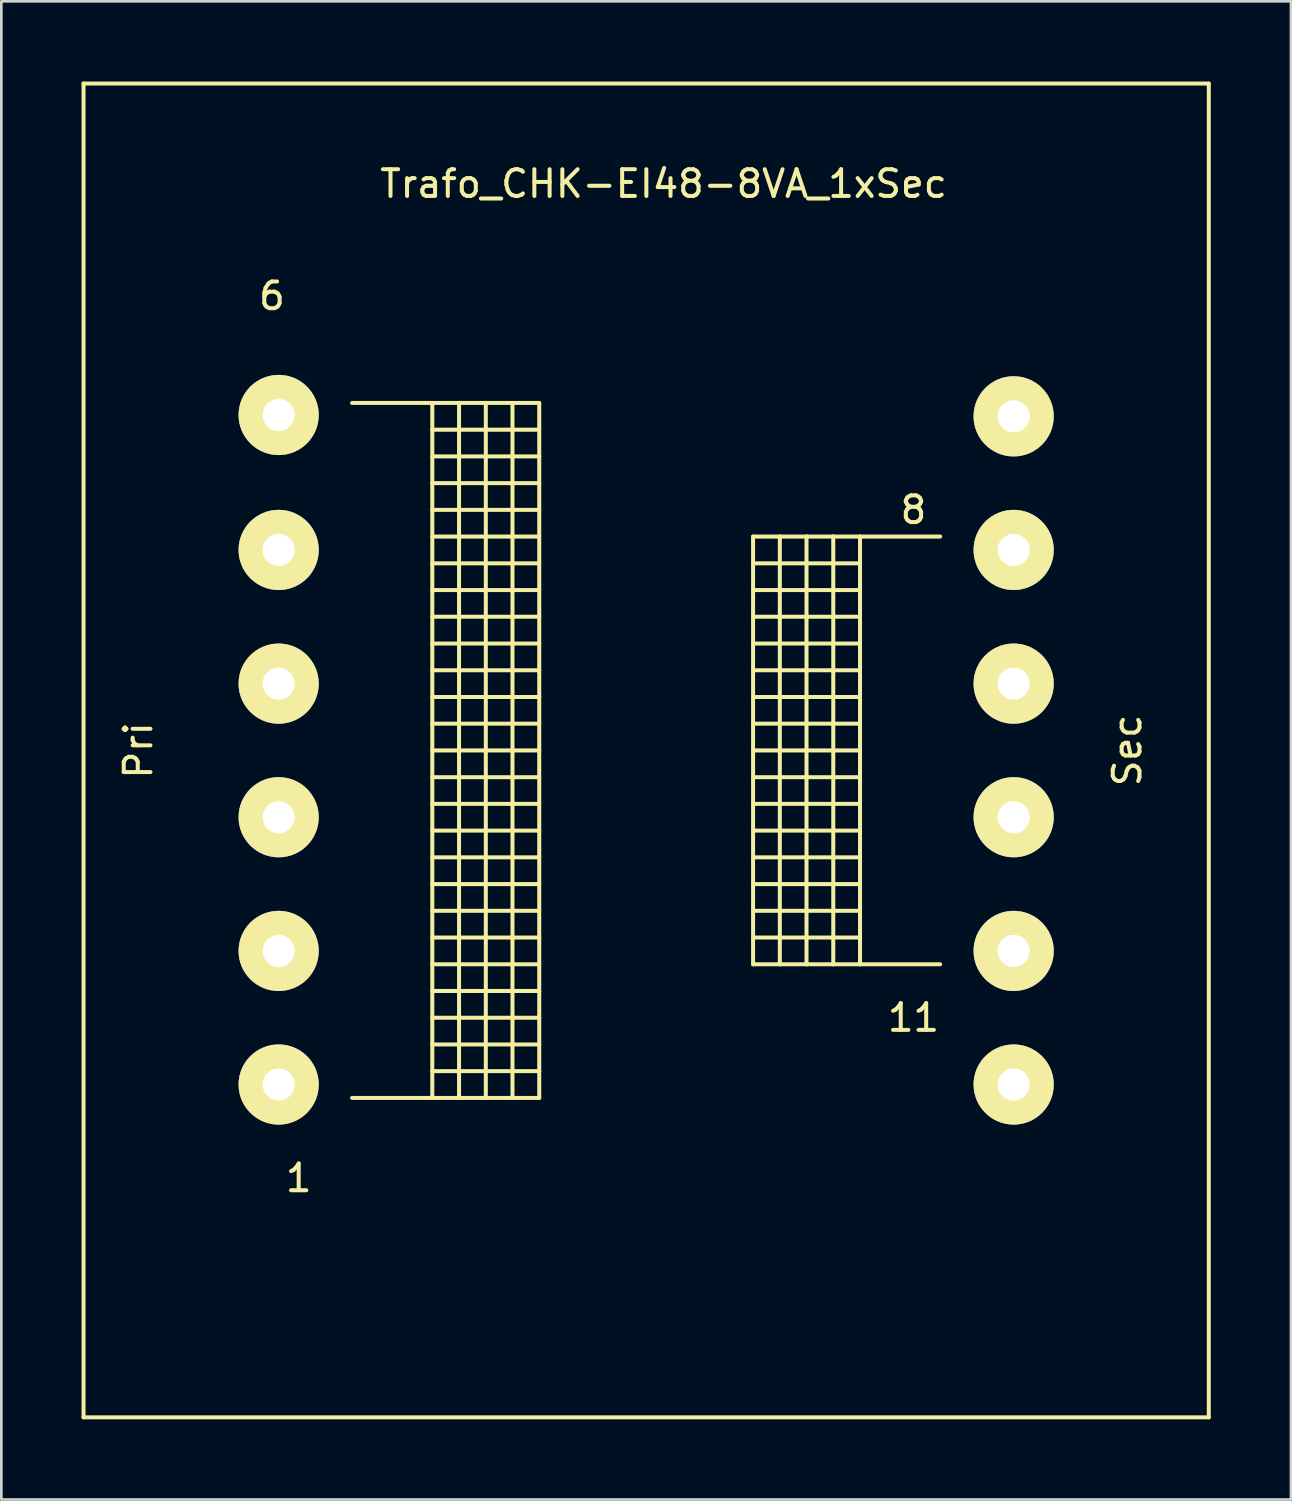
<source format=kicad_pcb>
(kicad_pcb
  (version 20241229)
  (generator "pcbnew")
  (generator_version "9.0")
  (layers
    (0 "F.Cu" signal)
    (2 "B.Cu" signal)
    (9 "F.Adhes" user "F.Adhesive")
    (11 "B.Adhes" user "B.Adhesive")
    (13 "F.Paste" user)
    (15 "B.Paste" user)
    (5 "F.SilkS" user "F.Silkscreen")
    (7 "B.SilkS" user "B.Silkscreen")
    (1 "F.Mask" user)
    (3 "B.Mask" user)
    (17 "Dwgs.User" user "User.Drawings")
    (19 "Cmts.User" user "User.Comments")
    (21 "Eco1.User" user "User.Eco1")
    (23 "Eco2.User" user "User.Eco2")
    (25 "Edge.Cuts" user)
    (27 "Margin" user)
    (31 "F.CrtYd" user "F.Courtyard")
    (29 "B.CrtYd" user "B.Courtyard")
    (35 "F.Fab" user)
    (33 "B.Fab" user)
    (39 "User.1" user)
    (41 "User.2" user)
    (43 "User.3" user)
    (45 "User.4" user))
  (footprint "Trafo_CHK-EI48-8VA_1xSec"
    (layer "F.Cu")
    (at 21.124 25.025)
    (property "Reference" "Trafo_CHK-EI48-8VA_1xSec" (at 0.65 -21.199 0) (layer "F.SilkS") (effects (font (size 1 1) (thickness 0.15))))
    (attr through_hole)
    (fp_line (start -21.049 -24.95) (end 21.049 -24.95) (stroke (width 0.15) (type solid)) (layer "F.SilkS"))
    (fp_line (start -21.049 24.95) (end -21.049 -24.95) (stroke (width 0.15) (type solid)) (layer "F.SilkS"))
    (fp_line (start -11.001 -13) (end -8.001 -13) (stroke (width 0.15) (type solid)) (layer "F.SilkS"))
    (fp_line (start -8.001 -13) (end -8.001 13) (stroke (width 0.15) (type solid)) (layer "F.SilkS"))
    (fp_line (start -8.001 -13) (end -7 -13) (stroke (width 0.15) (type solid)) (layer "F.SilkS"))
    (fp_line (start -8.001 -11.999) (end -4 -11.999) (stroke (width 0.15) (type solid)) (layer "F.SilkS"))
    (fp_line (start -8.001 -11.001) (end -4 -11.001) (stroke (width 0.15) (type solid)) (layer "F.SilkS"))
    (fp_line (start -8.001 -10) (end -4 -10) (stroke (width 0.15) (type solid)) (layer "F.SilkS"))
    (fp_line (start -8.001 -8.999) (end -4 -8.999) (stroke (width 0.15) (type solid)) (layer "F.SilkS"))
    (fp_line (start -8.001 -8.001) (end -4 -8.001) (stroke (width 0.15) (type solid)) (layer "F.SilkS"))
    (fp_line (start -8.001 -7) (end -4 -7) (stroke (width 0.15) (type solid)) (layer "F.SilkS"))
    (fp_line (start -8.001 -5.999) (end -4 -5.999) (stroke (width 0.15) (type solid)) (layer "F.SilkS"))
    (fp_line (start -8.001 -5.001) (end -4 -5.001) (stroke (width 0.15) (type solid)) (layer "F.SilkS"))
    (fp_line (start -8.001 -4) (end -4 -4) (stroke (width 0.15) (type solid)) (layer "F.SilkS"))
    (fp_line (start -8.001 -3) (end -4 -3) (stroke (width 0.15) (type solid)) (layer "F.SilkS"))
    (fp_line (start -8.001 -1.999) (end -4 -1.999) (stroke (width 0.15) (type solid)) (layer "F.SilkS"))
    (fp_line (start -8.001 -1.001) (end -4 -1.001) (stroke (width 0.15) (type solid)) (layer "F.SilkS"))
    (fp_line (start -8.001 0) (end -4 0) (stroke (width 0.15) (type solid)) (layer "F.SilkS"))
    (fp_line (start -8.001 1.001) (end -4 1.001) (stroke (width 0.15) (type solid)) (layer "F.SilkS"))
    (fp_line (start -8.001 1.999) (end -4 1.999) (stroke (width 0.15) (type solid)) (layer "F.SilkS"))
    (fp_line (start -8.001 3) (end -4 3) (stroke (width 0.15) (type solid)) (layer "F.SilkS"))
    (fp_line (start -8.001 4) (end -4 4) (stroke (width 0.15) (type solid)) (layer "F.SilkS"))
    (fp_line (start -8.001 5.001) (end -4 5.001) (stroke (width 0.15) (type solid)) (layer "F.SilkS"))
    (fp_line (start -8.001 5.999) (end -4 5.999) (stroke (width 0.15) (type solid)) (layer "F.SilkS"))
    (fp_line (start -8.001 7) (end -4 7) (stroke (width 0.15) (type solid)) (layer "F.SilkS"))
    (fp_line (start -8.001 8.001) (end -4 8.001) (stroke (width 0.15) (type solid)) (layer "F.SilkS"))
    (fp_line (start -8.001 8.999) (end -4 8.999) (stroke (width 0.15) (type solid)) (layer "F.SilkS"))
    (fp_line (start -8.001 10) (end -4 10) (stroke (width 0.15) (type solid)) (layer "F.SilkS"))
    (fp_line (start -8.001 11.001) (end -4 11.001) (stroke (width 0.15) (type solid)) (layer "F.SilkS"))
    (fp_line (start -8.001 11.999) (end -4 11.999) (stroke (width 0.15) (type solid)) (layer "F.SilkS"))
    (fp_line (start -8.001 13) (end -11.001 13) (stroke (width 0.15) (type solid)) (layer "F.SilkS"))
    (fp_line (start -7 -13) (end -7 13) (stroke (width 0.15) (type solid)) (layer "F.SilkS"))
    (fp_line (start -7 -13) (end -5.999 -13) (stroke (width 0.15) (type solid)) (layer "F.SilkS"))
    (fp_line (start -7 13) (end -8.001 13) (stroke (width 0.15) (type solid)) (layer "F.SilkS"))
    (fp_line (start -5.999 -13) (end -5.999 13) (stroke (width 0.15) (type solid)) (layer "F.SilkS"))
    (fp_line (start -5.999 -13) (end -5.001 -13) (stroke (width 0.15) (type solid)) (layer "F.SilkS"))
    (fp_line (start -5.999 13) (end -7 13) (stroke (width 0.15) (type solid)) (layer "F.SilkS"))
    (fp_line (start -5.001 -13) (end -5.001 13) (stroke (width 0.15) (type solid)) (layer "F.SilkS"))
    (fp_line (start -5.001 -13) (end -4 -13) (stroke (width 0.15) (type solid)) (layer "F.SilkS"))
    (fp_line (start -5.001 13) (end -5.999 13) (stroke (width 0.15) (type solid)) (layer "F.SilkS"))
    (fp_line (start -4 -13) (end -4 13) (stroke (width 0.15) (type solid)) (layer "F.SilkS"))
    (fp_line (start -4 13) (end -5.001 13) (stroke (width 0.15) (type solid)) (layer "F.SilkS"))
    (fp_line (start 4 -8.001) (end 4 8.001) (stroke (width 0.15) (type solid)) (layer "F.SilkS"))
    (fp_line (start 4 -7) (end 8.001 -7) (stroke (width 0.15) (type solid)) (layer "F.SilkS"))
    (fp_line (start 4 -5.999) (end 8.001 -5.999) (stroke (width 0.15) (type solid)) (layer "F.SilkS"))
    (fp_line (start 4 -5.001) (end 8.001 -5.001) (stroke (width 0.15) (type solid)) (layer "F.SilkS"))
    (fp_line (start 4 -4) (end 8.001 -4) (stroke (width 0.15) (type solid)) (layer "F.SilkS"))
    (fp_line (start 4 -3) (end 8.001 -3) (stroke (width 0.15) (type solid)) (layer "F.SilkS"))
    (fp_line (start 4 -1.999) (end 8.001 -1.999) (stroke (width 0.15) (type solid)) (layer "F.SilkS"))
    (fp_line (start 4 -1.001) (end 8.001 -1.001) (stroke (width 0.15) (type solid)) (layer "F.SilkS"))
    (fp_line (start 4 0) (end 8.001 0) (stroke (width 0.15) (type solid)) (layer "F.SilkS"))
    (fp_line (start 4 1.001) (end 8.001 1.001) (stroke (width 0.15) (type solid)) (layer "F.SilkS"))
    (fp_line (start 4 1.999) (end 8.001 1.999) (stroke (width 0.15) (type solid)) (layer "F.SilkS"))
    (fp_line (start 4 3) (end 8.001 3) (stroke (width 0.15) (type solid)) (layer "F.SilkS"))
    (fp_line (start 4 4) (end 8.001 4) (stroke (width 0.15) (type solid)) (layer "F.SilkS"))
    (fp_line (start 4 5.001) (end 8.001 5.001) (stroke (width 0.15) (type solid)) (layer "F.SilkS"))
    (fp_line (start 4 5.999) (end 8.001 5.999) (stroke (width 0.15) (type solid)) (layer "F.SilkS"))
    (fp_line (start 4 7) (end 8.001 7) (stroke (width 0.15) (type solid)) (layer "F.SilkS"))
    (fp_line (start 4 8.001) (end 5.001 8.001) (stroke (width 0.15) (type solid)) (layer "F.SilkS"))
    (fp_line (start 5.001 -8.001) (end 4 -8.001) (stroke (width 0.15) (type solid)) (layer "F.SilkS"))
    (fp_line (start 5.001 -8.001) (end 5.001 8.001) (stroke (width 0.15) (type solid)) (layer "F.SilkS"))
    (fp_line (start 5.001 8.001) (end 5.999 8.001) (stroke (width 0.15) (type solid)) (layer "F.SilkS"))
    (fp_line (start 5.999 -8.001) (end 5.001 -8.001) (stroke (width 0.15) (type solid)) (layer "F.SilkS"))
    (fp_line (start 5.999 -8.001) (end 5.999 8.001) (stroke (width 0.15) (type solid)) (layer "F.SilkS"))
    (fp_line (start 5.999 8.001) (end 7 8.001) (stroke (width 0.15) (type solid)) (layer "F.SilkS"))
    (fp_line (start 7 -8.001) (end 5.999 -8.001) (stroke (width 0.15) (type solid)) (layer "F.SilkS"))
    (fp_line (start 7 -8.001) (end 7 8.001) (stroke (width 0.15) (type solid)) (layer "F.SilkS"))
    (fp_line (start 7 8.001) (end 8.001 8.001) (stroke (width 0.15) (type solid)) (layer "F.SilkS"))
    (fp_line (start 8.001 -8.001) (end 7 -8.001) (stroke (width 0.15) (type solid)) (layer "F.SilkS"))
    (fp_line (start 8.001 -8.001) (end 8.001 8.001) (stroke (width 0.15) (type solid)) (layer "F.SilkS"))
    (fp_line (start 8.001 8.001) (end 11.001 8.001) (stroke (width 0.15) (type solid)) (layer "F.SilkS"))
    (fp_line (start 11.001 -8.001) (end 8.001 -8.001) (stroke (width 0.15) (type solid)) (layer "F.SilkS"))
    (fp_line (start 21.049 -24.95) (end 21.049 24.95) (stroke (width 0.15) (type solid)) (layer "F.SilkS"))
    (fp_line (start 21.049 24.95) (end -21.049 24.95) (stroke (width 0.15) (type solid)) (layer "F.SilkS"))
    (fp_text user "Pri" (at -18.999 0 90) (layer "F.SilkS") (effects (font (size 1 1) (thickness 0.15))))
    (fp_text user "8" (at 10 -8.999 0) (layer "F.SilkS") (effects (font (size 1 1) (thickness 0.15))))
    (fp_text user "11" (at 10 10 0) (layer "F.SilkS") (effects (font (size 1 1) (thickness 0.15))))
    (fp_text user "Sec" (at 18.001 0 90) (layer "F.SilkS") (effects (font (size 1 1) (thickness 0.15))))
    (fp_text user "6" (at -14 -17 0) (layer "F.SilkS") (effects (font (size 1 1) (thickness 0.15))))
    (fp_text user "1" (at -13 15.999 0) (layer "F.SilkS") (effects (font (size 1 1) (thickness 0.15))))
    (pad "1" thru_hole circle (at -13.749 12.499) (size 3 3) (drill 1.199) (layers "*.Cu" "*.Mask" "F.SilkS"))
    (pad "2" thru_hole circle (at -13.749 7.501) (size 3 3) (drill 1.199) (layers "*.Cu" "*.Mask" "F.SilkS"))
    (pad "3" thru_hole circle (at -13.749 2.499) (size 3 3) (drill 1.199) (layers "*.Cu" "*.Mask" "F.SilkS"))
    (pad "4" thru_hole circle (at -13.749 -2.499) (size 3 3) (drill 1.199) (layers "*.Cu" "*.Mask" "F.SilkS"))
    (pad "5" thru_hole circle (at -13.749 -7.501) (size 3 3) (drill 1.199) (layers "*.Cu" "*.Mask" "F.SilkS"))
    (pad "6" thru_hole circle (at -13.749 -12.55) (size 3 3) (drill 1.199) (layers "*.Cu" "*.Mask" "F.SilkS"))
    (pad "7" thru_hole circle (at 13.749 -12.499) (size 3 3) (drill 1.199) (layers "*.Cu" "*.Mask" "F.SilkS"))
    (pad "8" thru_hole circle (at 13.749 -7.501) (size 3 3) (drill 1.199) (layers "*.Cu" "*.Mask" "F.SilkS"))
    (pad "9" thru_hole circle (at 13.749 -2.499) (size 3 3) (drill 1.199) (layers "*.Cu" "*.Mask" "F.SilkS"))
    (pad "10" thru_hole circle (at 13.749 2.499) (size 3 3) (drill 1.199) (layers "*.Cu" "*.Mask" "F.SilkS"))
    (pad "11" thru_hole circle (at 13.749 7.501) (size 3 3) (drill 1.199) (layers "*.Cu" "*.Mask" "F.SilkS"))
    (pad "12" thru_hole circle (at 13.749 12.499) (size 3 3) (drill 1.199) (layers "*.Cu" "*.Mask" "F.SilkS")))
  (gr_rect
    (start -3 -3)
    (end 45.248 53.051)
    (stroke (width 0.1) (type default))
    (fill no)
    (layer "Edge.Cuts")))
</source>
